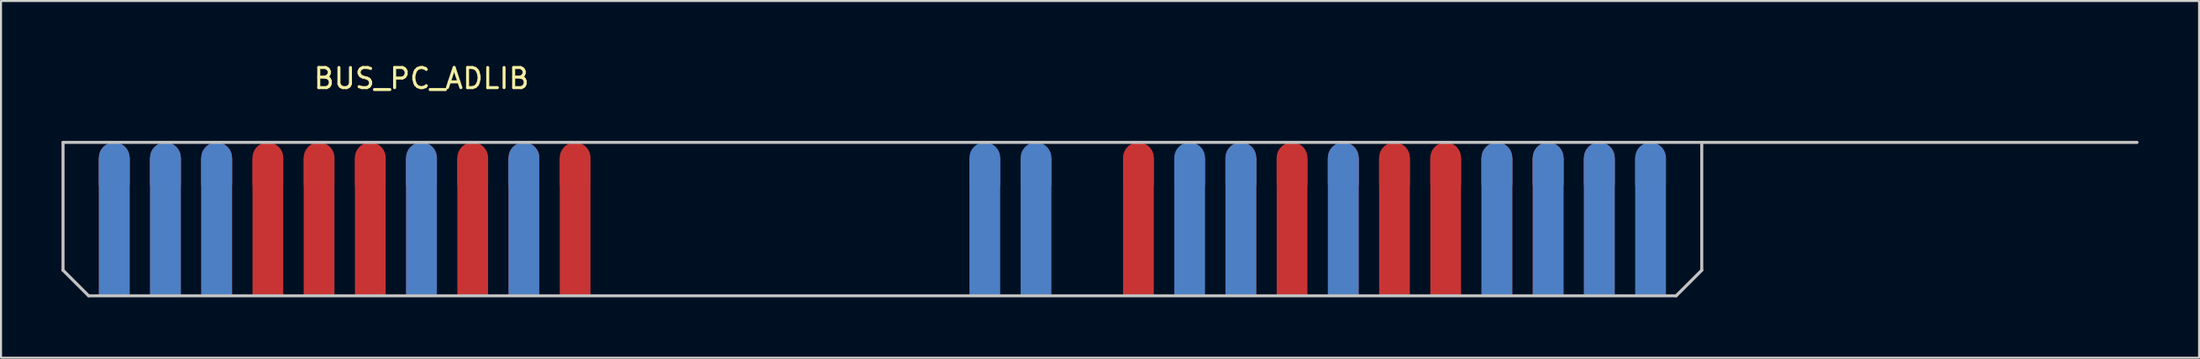
<source format=kicad_pcb>
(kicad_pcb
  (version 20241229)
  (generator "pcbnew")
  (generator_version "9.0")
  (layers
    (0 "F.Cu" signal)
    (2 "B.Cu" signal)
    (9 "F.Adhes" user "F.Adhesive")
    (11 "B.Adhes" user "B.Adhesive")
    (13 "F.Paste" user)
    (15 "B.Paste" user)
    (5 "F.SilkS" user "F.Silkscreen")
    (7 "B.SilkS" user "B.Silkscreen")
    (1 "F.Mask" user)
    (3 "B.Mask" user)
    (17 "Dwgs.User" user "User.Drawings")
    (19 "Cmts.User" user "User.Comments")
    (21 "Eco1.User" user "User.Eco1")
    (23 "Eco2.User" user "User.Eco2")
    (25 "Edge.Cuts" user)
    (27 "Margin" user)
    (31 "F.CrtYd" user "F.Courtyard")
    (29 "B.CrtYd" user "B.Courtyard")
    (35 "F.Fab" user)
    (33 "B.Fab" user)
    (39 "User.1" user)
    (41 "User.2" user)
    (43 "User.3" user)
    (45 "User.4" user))
  (footprint "BUS_PC_ADLIB"
    (layer "F.Cu")
    (at 40.716 7.833)
    (property "Reference" "BUS_PC_ADLIB" (at -22.86 -6.985 0) (layer "F.SilkS") (effects (font (size 1 1) (thickness 0.15))))
    (attr through_hole)
    (fp_line (start -38.1 -3.048) (end -38.1 -1.778) (stroke (width 1.524) (type solid)) (layer "F.Cu"))
    (fp_line (start -35.56 -3.048) (end -35.56 -1.778) (stroke (width 1.524) (type solid)) (layer "F.Cu"))
    (fp_line (start -33.02 -3.048) (end -33.02 -1.778) (stroke (width 1.524) (type solid)) (layer "F.Cu"))
    (fp_line (start -30.48 -3.048) (end -30.48 -1.778) (stroke (width 1.524) (type solid)) (layer "F.Cu"))
    (fp_line (start -27.94 -3.048) (end -27.94 -1.778) (stroke (width 1.524) (type solid)) (layer "F.Cu"))
    (fp_line (start -25.4 -3.048) (end -25.4 -1.778) (stroke (width 1.524) (type solid)) (layer "F.Cu"))
    (fp_line (start -22.86 -3.048) (end -22.86 -1.778) (stroke (width 1.524) (type solid)) (layer "F.Cu"))
    (fp_line (start -20.32 -3.048) (end -20.32 -1.778) (stroke (width 1.524) (type solid)) (layer "F.Cu"))
    (fp_line (start -17.78 -3.048) (end -17.78 -1.778) (stroke (width 1.524) (type solid)) (layer "F.Cu"))
    (fp_line (start -15.24 -3.048) (end -15.24 -1.778) (stroke (width 1.524) (type solid)) (layer "F.Cu"))
    (fp_line (start 12.7 -3.048) (end 12.7 -1.778) (stroke (width 1.524) (type solid)) (layer "F.Cu"))
    (fp_line (start 17.78 -3.048) (end 17.78 -1.778) (stroke (width 1.524) (type solid)) (layer "F.Cu"))
    (fp_line (start 20.32 -3.048) (end 20.32 -1.778) (stroke (width 1.524) (type solid)) (layer "F.Cu"))
    (fp_line (start 22.86 -3.048) (end 22.86 -1.778) (stroke (width 1.524) (type solid)) (layer "F.Cu"))
    (fp_line (start 25.4 -3.048) (end 25.4 -1.778) (stroke (width 1.524) (type solid)) (layer "F.Cu"))
    (fp_line (start 27.94 -3.048) (end 27.94 -1.778) (stroke (width 1.524) (type solid)) (layer "F.Cu"))
    (fp_line (start 30.48 -3.048) (end 30.48 -1.778) (stroke (width 1.524) (type solid)) (layer "F.Cu"))
    (fp_line (start 33.02 -3.048) (end 33.02 -1.778) (stroke (width 1.524) (type solid)) (layer "F.Cu"))
    (fp_line (start 35.56 -3.048) (end 35.56 -1.778) (stroke (width 1.524) (type solid)) (layer "F.Cu"))
    (fp_line (start -38.1 -3.048) (end -38.1 -1.778) (stroke (width 1.524) (type solid)) (layer "B.Cu"))
    (fp_line (start -35.56 -3.048) (end -35.56 -1.778) (stroke (width 1.524) (type solid)) (layer "B.Cu"))
    (fp_line (start -33.02 -3.048) (end -33.02 -1.778) (stroke (width 1.524) (type solid)) (layer "B.Cu"))
    (fp_line (start -22.86 -3.048) (end -22.86 -1.778) (stroke (width 1.524) (type solid)) (layer "B.Cu"))
    (fp_line (start -17.78 -3.048) (end -17.78 -1.778) (stroke (width 1.524) (type solid)) (layer "B.Cu"))
    (fp_line (start 5.08 -3.048) (end 5.08 -1.778) (stroke (width 1.524) (type solid)) (layer "B.Cu"))
    (fp_line (start 7.62 -3.048) (end 7.62 -1.778) (stroke (width 1.524) (type solid)) (layer "B.Cu"))
    (fp_line (start 15.24 -3.048) (end 15.24 -1.778) (stroke (width 1.524) (type solid)) (layer "B.Cu"))
    (fp_line (start 17.78 -3.048) (end 17.78 -1.778) (stroke (width 1.524) (type solid)) (layer "B.Cu"))
    (fp_line (start 22.86 -3.048) (end 22.86 -1.778) (stroke (width 1.524) (type solid)) (layer "B.Cu"))
    (fp_line (start 30.48 -3.048) (end 30.48 -1.778) (stroke (width 1.524) (type solid)) (layer "B.Cu"))
    (fp_line (start 33.02 -3.048) (end 33.02 -1.778) (stroke (width 1.524) (type solid)) (layer "B.Cu"))
    (fp_line (start 35.56 -3.048) (end 35.56 -1.778) (stroke (width 1.524) (type solid)) (layer "B.Cu"))
    (fp_line (start 38.1 -3.048) (end 38.1 -1.778) (stroke (width 1.524) (type solid)) (layer "B.Cu"))
    (fp_line (start -40.64 -3.81) (end 40.64 -3.81) (stroke (width 0.15) (type solid)) (layer "Dwgs.User"))
    (fp_line (start -40.64 2.54) (end -40.64 -3.81) (stroke (width 0.15) (type solid)) (layer "Dwgs.User"))
    (fp_line (start -39.37 3.81) (end -40.64 2.54) (stroke (width 0.152) (type solid)) (layer "Dwgs.User"))
    (fp_line (start 39.37 3.81) (end -39.37 3.81) (stroke (width 0.15) (type solid)) (layer "Dwgs.User"))
    (fp_line (start 40.64 -3.81) (end 40.64 2.54) (stroke (width 0.15) (type solid)) (layer "Dwgs.User"))
    (fp_line (start 40.64 2.54) (end 39.37 3.81) (stroke (width 0.152) (type solid)) (layer "Dwgs.User"))
    (fp_line (start 62.23 -3.81) (end 40.64 -3.81) (stroke (width 0.152) (type solid)) (layer "Dwgs.User"))
    (pad "1" connect rect (at 38.1 0.381) (size 1.524 6.858) (layers "B.Cu" "B.Mask"))
    (pad "2" connect rect (at 35.56 0.381) (size 1.524 6.858) (layers "B.Cu" "B.Mask"))
    (pad "3" connect rect (at 33.02 0.381) (size 1.524 6.858) (layers "B.Cu" "B.Mask"))
    (pad "4" connect rect (at 30.48 0.381) (size 1.524 6.858) (layers "B.Cu" "B.Mask"))
    (pad "7" connect rect (at 22.86 0.381) (size 1.524 6.858) (layers "B.Cu" "B.Mask"))
    (pad "9" connect rect (at 17.78 0.381) (size 1.524 6.858) (layers "B.Cu" "B.Mask"))
    (pad "10" connect rect (at 15.24 0.381) (size 1.524 6.858) (layers "B.Cu" "B.Mask"))
    (pad "13" connect rect (at 7.62 0.381) (size 1.524 6.858) (layers "B.Cu" "B.Mask"))
    (pad "14" connect rect (at 5.08 0.381) (size 1.524 6.858) (layers "B.Cu" "B.Mask"))
    (pad "23" connect rect (at -17.78 0.381) (size 1.524 6.858) (layers "B.Cu" "B.Mask"))
    (pad "25" connect rect (at -22.86 0.381) (size 1.524 6.858) (layers "B.Cu" "B.Mask"))
    (pad "29" connect rect (at -33.02 0.381) (size 1.524 6.858) (layers "B.Cu" "B.Mask"))
    (pad "30" connect rect (at -35.56 0.381) (size 1.524 6.858) (layers "B.Cu" "B.Mask"))
    (pad "31" connect rect (at -38.1 0.381) (size 1.524 6.858) (layers "B.Cu" "B.Mask"))
    (pad "33" connect rect (at 35.56 0.381) (size 1.524 6.858) (layers "F.Cu" "F.Mask"))
    (pad "34" connect rect (at 33.02 0.381) (size 1.524 6.858) (layers "F.Cu" "F.Mask"))
    (pad "35" connect rect (at 30.48 0.381) (size 1.524 6.858) (layers "F.Cu" "F.Mask"))
    (pad "36" connect rect (at 27.94 0.381) (size 1.524 6.858) (layers "F.Cu" "F.Mask"))
    (pad "37" connect rect (at 25.4 0.381) (size 1.524 6.858) (layers "F.Cu" "F.Mask"))
    (pad "38" connect rect (at 22.86 0.381) (size 1.524 6.858) (layers "F.Cu" "F.Mask"))
    (pad "39" connect rect (at 20.32 0.381) (size 1.524 6.858) (layers "F.Cu" "F.Mask"))
    (pad "40" connect rect (at 17.78 0.381) (size 1.524 6.858) (layers "F.Cu" "F.Mask"))
    (pad "42" connect rect (at 12.7 0.381) (size 1.524 6.858) (layers "F.Cu" "F.Mask"))
    (pad "53" connect rect (at -15.24 0.381) (size 1.524 6.858) (layers "F.Cu" "F.Mask"))
    (pad "54" connect rect (at -17.78 0.381) (size 1.524 6.858) (layers "F.Cu" "F.Mask"))
    (pad "55" connect rect (at -20.32 0.381) (size 1.524 6.858) (layers "F.Cu" "F.Mask"))
    (pad "56" connect rect (at -22.86 0.381) (size 1.524 6.858) (layers "F.Cu" "F.Mask"))
    (pad "57" connect rect (at -25.4 0.381) (size 1.524 6.858) (layers "F.Cu" "F.Mask"))
    (pad "58" connect rect (at -27.94 0.381) (size 1.524 6.858) (layers "F.Cu" "F.Mask"))
    (pad "59" connect rect (at -30.48 0.381) (size 1.524 6.858) (layers "F.Cu" "F.Mask"))
    (pad "60" connect rect (at -33.02 0.381) (size 1.524 6.858) (layers "F.Cu" "F.Mask"))
    (pad "61" connect rect (at -35.56 0.381) (size 1.524 6.858) (layers "F.Cu" "F.Mask"))
    (pad "62" connect rect (at -38.1 0.381) (size 1.524 6.858) (layers "F.Cu" "F.Mask")))
  (gr_rect
    (start -3 -3)
    (end 106.022 14.719)
    (stroke (width 0.1) (type default))
    (fill no)
    (layer "Edge.Cuts")))
</source>
